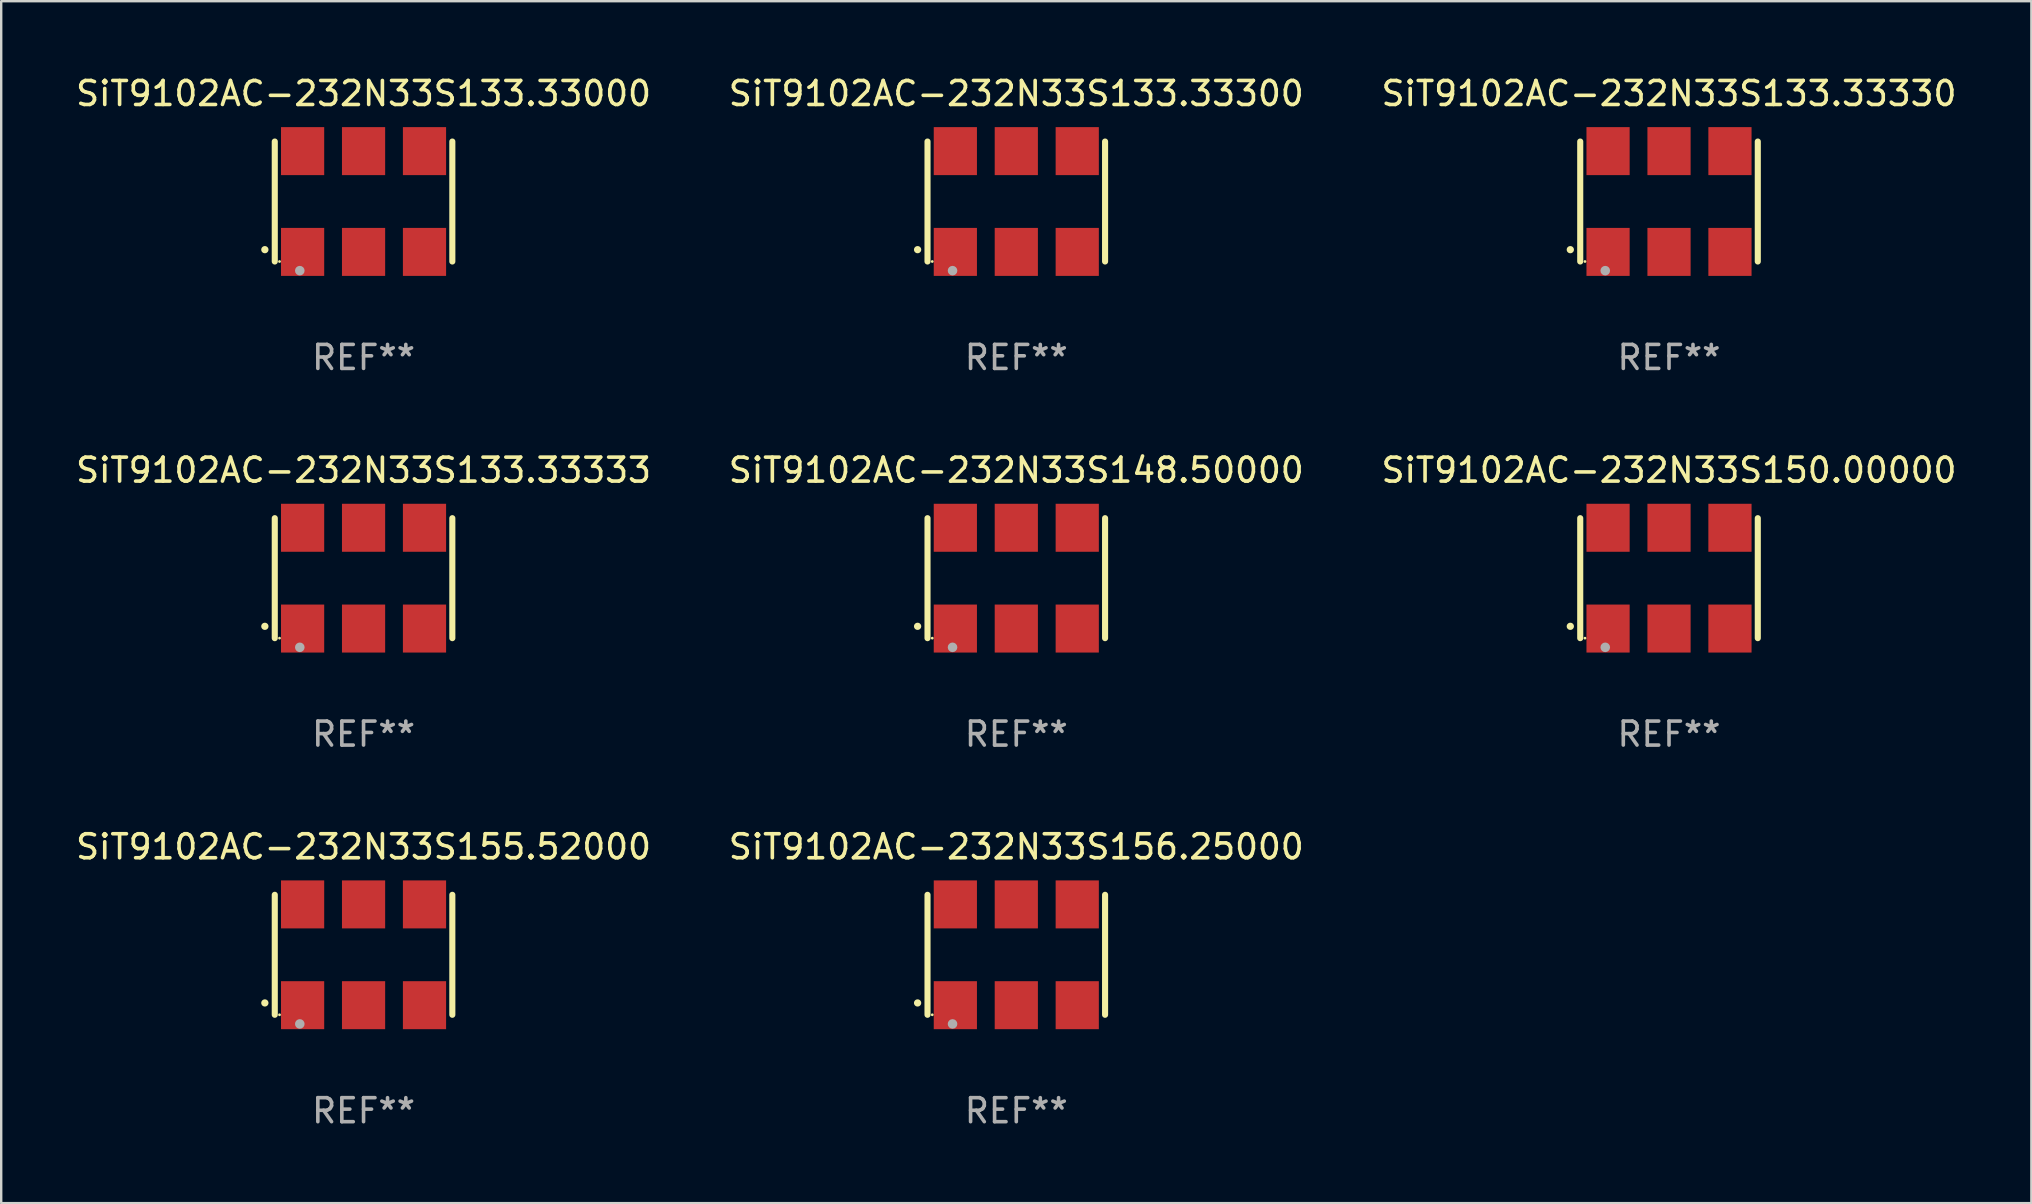
<source format=kicad_pcb>
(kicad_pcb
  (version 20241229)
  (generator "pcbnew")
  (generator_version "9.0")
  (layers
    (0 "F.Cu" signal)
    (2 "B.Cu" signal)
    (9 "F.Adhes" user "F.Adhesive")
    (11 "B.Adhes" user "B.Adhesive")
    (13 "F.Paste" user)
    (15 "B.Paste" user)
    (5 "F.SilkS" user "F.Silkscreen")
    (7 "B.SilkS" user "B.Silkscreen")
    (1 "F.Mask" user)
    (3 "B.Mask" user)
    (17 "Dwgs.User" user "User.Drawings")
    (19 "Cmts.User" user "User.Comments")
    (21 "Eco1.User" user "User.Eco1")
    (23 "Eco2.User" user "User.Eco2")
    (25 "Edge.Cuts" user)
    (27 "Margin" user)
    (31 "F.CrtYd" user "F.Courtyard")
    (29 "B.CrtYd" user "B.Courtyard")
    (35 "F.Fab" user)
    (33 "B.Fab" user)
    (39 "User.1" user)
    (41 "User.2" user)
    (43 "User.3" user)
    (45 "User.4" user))
  (footprint "SiT9102AC-232N33S156.25000"
    (layer "F.Cu")
    (at 39.304 36.741)
    (property "Reference" "SiT9102AC-232N33S156.25000" (at 0 -4.5 0) (layer "F.SilkS") (effects (font (size 1 1) (thickness 0.15))))
    (attr through_hole)
    (fp_line (start -3.7 -2.5) (end -3.7 2.5) (stroke (width 0.254) (type solid)) (layer "F.SilkS"))
    (fp_line (start 3.7 -2.5) (end 3.7 2.5) (stroke (width 0.254) (type solid)) (layer "F.SilkS"))
    (fp_arc (start -4.114415 2.006604) (mid -4.113145 2.006599) (end -4.111875 2.006604) (stroke (width 0.3) (type solid)) (layer "F.SilkS"))
    (fp_circle (center -3.502 2.5) (end -3.472 2.5) (stroke (width 0.06) (type solid)) (fill no) (layer "F.SilkS"))
    (fp_circle (center -2.657 2.882) (end -2.557 2.882) (stroke (width 0.2) (type solid)) (fill no) (layer "F.Fab"))
    (fp_text user "REF**" (at 0 6.5 0) (layer "F.Fab") (effects (font (size 1 1) (thickness 0.15))))
    (pad "1" smd rect (at -2.54 2.1) (size 1.8 2) (layers "F.Cu" "F.Mask" "F.Paste"))
    (pad "2" smd rect (at 0.000394 2.1) (size 1.8 2) (layers "F.Cu" "F.Mask" "F.Paste"))
    (pad "3" smd rect (at 2.54 2.1) (size 1.8 2) (layers "F.Cu" "F.Mask" "F.Paste"))
    (pad "4" smd rect (at 2.54 -2.1) (size 1.8 2) (layers "F.Cu" "F.Mask" "F.Paste"))
    (pad "5" smd rect (at 0.000394 -2.1) (size 1.8 2) (layers "F.Cu" "F.Mask" "F.Paste"))
    (pad "6" smd rect (at -2.54 -2.1) (size 1.8 2) (layers "F.Cu" "F.Mask" "F.Paste")))
  (footprint "SiT9102AC-232N33S155.52000"
    (layer "F.Cu")
    (at 12.101 36.741)
    (property "Reference" "SiT9102AC-232N33S155.52000" (at 0 -4.5 0) (layer "F.SilkS") (effects (font (size 1 1) (thickness 0.15))))
    (attr through_hole)
    (fp_line (start -3.7 -2.5) (end -3.7 2.5) (stroke (width 0.254) (type solid)) (layer "F.SilkS"))
    (fp_line (start 3.7 -2.5) (end 3.7 2.5) (stroke (width 0.254) (type solid)) (layer "F.SilkS"))
    (fp_arc (start -4.114415 2.006604) (mid -4.113145 2.006599) (end -4.111875 2.006604) (stroke (width 0.3) (type solid)) (layer "F.SilkS"))
    (fp_circle (center -3.502 2.5) (end -3.472 2.5) (stroke (width 0.06) (type solid)) (fill no) (layer "F.SilkS"))
    (fp_circle (center -2.657 2.882) (end -2.557 2.882) (stroke (width 0.2) (type solid)) (fill no) (layer "F.Fab"))
    (fp_text user "REF**" (at 0 6.5 0) (layer "F.Fab") (effects (font (size 1 1) (thickness 0.15))))
    (pad "1" smd rect (at -2.54 2.1) (size 1.8 2) (layers "F.Cu" "F.Mask" "F.Paste"))
    (pad "2" smd rect (at 0.000394 2.1) (size 1.8 2) (layers "F.Cu" "F.Mask" "F.Paste"))
    (pad "3" smd rect (at 2.54 2.1) (size 1.8 2) (layers "F.Cu" "F.Mask" "F.Paste"))
    (pad "4" smd rect (at 2.54 -2.1) (size 1.8 2) (layers "F.Cu" "F.Mask" "F.Paste"))
    (pad "5" smd rect (at 0.000394 -2.1) (size 1.8 2) (layers "F.Cu" "F.Mask" "F.Paste"))
    (pad "6" smd rect (at -2.54 -2.1) (size 1.8 2) (layers "F.Cu" "F.Mask" "F.Paste")))
  (footprint "SiT9102AC-232N33S133.33000"
    (layer "F.Cu")
    (at 12.101 5.348)
    (property "Reference" "SiT9102AC-232N33S133.33000" (at 0 -4.5 0) (layer "F.SilkS") (effects (font (size 1 1) (thickness 0.15))))
    (attr through_hole)
    (fp_line (start -3.7 -2.5) (end -3.7 2.5) (stroke (width 0.254) (type solid)) (layer "F.SilkS"))
    (fp_line (start 3.7 -2.5) (end 3.7 2.5) (stroke (width 0.254) (type solid)) (layer "F.SilkS"))
    (fp_arc (start -4.114415 2.006604) (mid -4.113145 2.006599) (end -4.111875 2.006604) (stroke (width 0.3) (type solid)) (layer "F.SilkS"))
    (fp_circle (center -3.502 2.5) (end -3.472 2.5) (stroke (width 0.06) (type solid)) (fill no) (layer "F.SilkS"))
    (fp_circle (center -2.657 2.882) (end -2.557 2.882) (stroke (width 0.2) (type solid)) (fill no) (layer "F.Fab"))
    (fp_text user "REF**" (at 0 6.5 0) (layer "F.Fab") (effects (font (size 1 1) (thickness 0.15))))
    (pad "1" smd rect (at -2.54 2.1) (size 1.8 2) (layers "F.Cu" "F.Mask" "F.Paste"))
    (pad "2" smd rect (at 0.000394 2.1) (size 1.8 2) (layers "F.Cu" "F.Mask" "F.Paste"))
    (pad "3" smd rect (at 2.54 2.1) (size 1.8 2) (layers "F.Cu" "F.Mask" "F.Paste"))
    (pad "4" smd rect (at 2.54 -2.1) (size 1.8 2) (layers "F.Cu" "F.Mask" "F.Paste"))
    (pad "5" smd rect (at 0.000394 -2.1) (size 1.8 2) (layers "F.Cu" "F.Mask" "F.Paste"))
    (pad "6" smd rect (at -2.54 -2.1) (size 1.8 2) (layers "F.Cu" "F.Mask" "F.Paste")))
  (footprint "SiT9102AC-232N33S148.50000"
    (layer "F.Cu")
    (at 39.304 21.045)
    (property "Reference" "SiT9102AC-232N33S148.50000" (at 0 -4.5 0) (layer "F.SilkS") (effects (font (size 1 1) (thickness 0.15))))
    (attr through_hole)
    (fp_line (start -3.7 -2.5) (end -3.7 2.5) (stroke (width 0.254) (type solid)) (layer "F.SilkS"))
    (fp_line (start 3.7 -2.5) (end 3.7 2.5) (stroke (width 0.254) (type solid)) (layer "F.SilkS"))
    (fp_arc (start -4.114415 2.006604) (mid -4.113145 2.006599) (end -4.111875 2.006604) (stroke (width 0.3) (type solid)) (layer "F.SilkS"))
    (fp_circle (center -3.502 2.5) (end -3.472 2.5) (stroke (width 0.06) (type solid)) (fill no) (layer "F.SilkS"))
    (fp_circle (center -2.657 2.882) (end -2.557 2.882) (stroke (width 0.2) (type solid)) (fill no) (layer "F.Fab"))
    (fp_text user "REF**" (at 0 6.5 0) (layer "F.Fab") (effects (font (size 1 1) (thickness 0.15))))
    (pad "1" smd rect (at -2.54 2.1) (size 1.8 2) (layers "F.Cu" "F.Mask" "F.Paste"))
    (pad "2" smd rect (at 0.000394 2.1) (size 1.8 2) (layers "F.Cu" "F.Mask" "F.Paste"))
    (pad "3" smd rect (at 2.54 2.1) (size 1.8 2) (layers "F.Cu" "F.Mask" "F.Paste"))
    (pad "4" smd rect (at 2.54 -2.1) (size 1.8 2) (layers "F.Cu" "F.Mask" "F.Paste"))
    (pad "5" smd rect (at 0.000394 -2.1) (size 1.8 2) (layers "F.Cu" "F.Mask" "F.Paste"))
    (pad "6" smd rect (at -2.54 -2.1) (size 1.8 2) (layers "F.Cu" "F.Mask" "F.Paste")))
  (footprint "SiT9102AC-232N33S133.33333"
    (layer "F.Cu")
    (at 12.101 21.045)
    (property "Reference" "SiT9102AC-232N33S133.33333" (at 0 -4.5 0) (layer "F.SilkS") (effects (font (size 1 1) (thickness 0.15))))
    (attr through_hole)
    (fp_line (start -3.7 -2.5) (end -3.7 2.5) (stroke (width 0.254) (type solid)) (layer "F.SilkS"))
    (fp_line (start 3.7 -2.5) (end 3.7 2.5) (stroke (width 0.254) (type solid)) (layer "F.SilkS"))
    (fp_arc (start -4.114415 2.006604) (mid -4.113145 2.006599) (end -4.111875 2.006604) (stroke (width 0.3) (type solid)) (layer "F.SilkS"))
    (fp_circle (center -3.502 2.5) (end -3.472 2.5) (stroke (width 0.06) (type solid)) (fill no) (layer "F.SilkS"))
    (fp_circle (center -2.657 2.882) (end -2.557 2.882) (stroke (width 0.2) (type solid)) (fill no) (layer "F.Fab"))
    (fp_text user "REF**" (at 0 6.5 0) (layer "F.Fab") (effects (font (size 1 1) (thickness 0.15))))
    (pad "1" smd rect (at -2.54 2.1) (size 1.8 2) (layers "F.Cu" "F.Mask" "F.Paste"))
    (pad "2" smd rect (at 0.000394 2.1) (size 1.8 2) (layers "F.Cu" "F.Mask" "F.Paste"))
    (pad "3" smd rect (at 2.54 2.1) (size 1.8 2) (layers "F.Cu" "F.Mask" "F.Paste"))
    (pad "4" smd rect (at 2.54 -2.1) (size 1.8 2) (layers "F.Cu" "F.Mask" "F.Paste"))
    (pad "5" smd rect (at 0.000394 -2.1) (size 1.8 2) (layers "F.Cu" "F.Mask" "F.Paste"))
    (pad "6" smd rect (at -2.54 -2.1) (size 1.8 2) (layers "F.Cu" "F.Mask" "F.Paste")))
  (footprint "SiT9102AC-232N33S133.33300"
    (layer "F.Cu")
    (at 39.304 5.348)
    (property "Reference" "SiT9102AC-232N33S133.33300" (at 0 -4.5 0) (layer "F.SilkS") (effects (font (size 1 1) (thickness 0.15))))
    (attr through_hole)
    (fp_line (start -3.7 -2.5) (end -3.7 2.5) (stroke (width 0.254) (type solid)) (layer "F.SilkS"))
    (fp_line (start 3.7 -2.5) (end 3.7 2.5) (stroke (width 0.254) (type solid)) (layer "F.SilkS"))
    (fp_arc (start -4.114415 2.006604) (mid -4.113145 2.006599) (end -4.111875 2.006604) (stroke (width 0.3) (type solid)) (layer "F.SilkS"))
    (fp_circle (center -3.502 2.5) (end -3.472 2.5) (stroke (width 0.06) (type solid)) (fill no) (layer "F.SilkS"))
    (fp_circle (center -2.657 2.882) (end -2.557 2.882) (stroke (width 0.2) (type solid)) (fill no) (layer "F.Fab"))
    (fp_text user "REF**" (at 0 6.5 0) (layer "F.Fab") (effects (font (size 1 1) (thickness 0.15))))
    (pad "1" smd rect (at -2.54 2.1) (size 1.8 2) (layers "F.Cu" "F.Mask" "F.Paste"))
    (pad "2" smd rect (at 0.000394 2.1) (size 1.8 2) (layers "F.Cu" "F.Mask" "F.Paste"))
    (pad "3" smd rect (at 2.54 2.1) (size 1.8 2) (layers "F.Cu" "F.Mask" "F.Paste"))
    (pad "4" smd rect (at 2.54 -2.1) (size 1.8 2) (layers "F.Cu" "F.Mask" "F.Paste"))
    (pad "5" smd rect (at 0.000394 -2.1) (size 1.8 2) (layers "F.Cu" "F.Mask" "F.Paste"))
    (pad "6" smd rect (at -2.54 -2.1) (size 1.8 2) (layers "F.Cu" "F.Mask" "F.Paste")))
  (footprint "SiT9102AC-232N33S150.00000"
    (layer "F.Cu")
    (at 66.506 21.045)
    (property "Reference" "SiT9102AC-232N33S150.00000" (at 0 -4.5 0) (layer "F.SilkS") (effects (font (size 1 1) (thickness 0.15))))
    (attr through_hole)
    (fp_line (start -3.7 -2.5) (end -3.7 2.5) (stroke (width 0.254) (type solid)) (layer "F.SilkS"))
    (fp_line (start 3.7 -2.5) (end 3.7 2.5) (stroke (width 0.254) (type solid)) (layer "F.SilkS"))
    (fp_arc (start -4.114415 2.006604) (mid -4.113145 2.006599) (end -4.111875 2.006604) (stroke (width 0.3) (type solid)) (layer "F.SilkS"))
    (fp_circle (center -3.502 2.5) (end -3.472 2.5) (stroke (width 0.06) (type solid)) (fill no) (layer "F.SilkS"))
    (fp_circle (center -2.657 2.882) (end -2.557 2.882) (stroke (width 0.2) (type solid)) (fill no) (layer "F.Fab"))
    (fp_text user "REF**" (at 0 6.5 0) (layer "F.Fab") (effects (font (size 1 1) (thickness 0.15))))
    (pad "1" smd rect (at -2.54 2.1) (size 1.8 2) (layers "F.Cu" "F.Mask" "F.Paste"))
    (pad "2" smd rect (at 0.000394 2.1) (size 1.8 2) (layers "F.Cu" "F.Mask" "F.Paste"))
    (pad "3" smd rect (at 2.54 2.1) (size 1.8 2) (layers "F.Cu" "F.Mask" "F.Paste"))
    (pad "4" smd rect (at 2.54 -2.1) (size 1.8 2) (layers "F.Cu" "F.Mask" "F.Paste"))
    (pad "5" smd rect (at 0.000394 -2.1) (size 1.8 2) (layers "F.Cu" "F.Mask" "F.Paste"))
    (pad "6" smd rect (at -2.54 -2.1) (size 1.8 2) (layers "F.Cu" "F.Mask" "F.Paste")))
  (footprint "SiT9102AC-232N33S133.33330"
    (layer "F.Cu")
    (at 66.506 5.348)
    (property "Reference" "SiT9102AC-232N33S133.33330" (at 0 -4.5 0) (layer "F.SilkS") (effects (font (size 1 1) (thickness 0.15))))
    (attr through_hole)
    (fp_line (start -3.7 -2.5) (end -3.7 2.5) (stroke (width 0.254) (type solid)) (layer "F.SilkS"))
    (fp_line (start 3.7 -2.5) (end 3.7 2.5) (stroke (width 0.254) (type solid)) (layer "F.SilkS"))
    (fp_arc (start -4.114415 2.006604) (mid -4.113145 2.006599) (end -4.111875 2.006604) (stroke (width 0.3) (type solid)) (layer "F.SilkS"))
    (fp_circle (center -3.502 2.5) (end -3.472 2.5) (stroke (width 0.06) (type solid)) (fill no) (layer "F.SilkS"))
    (fp_circle (center -2.657 2.882) (end -2.557 2.882) (stroke (width 0.2) (type solid)) (fill no) (layer "F.Fab"))
    (fp_text user "REF**" (at 0 6.5 0) (layer "F.Fab") (effects (font (size 1 1) (thickness 0.15))))
    (pad "1" smd rect (at -2.54 2.1) (size 1.8 2) (layers "F.Cu" "F.Mask" "F.Paste"))
    (pad "2" smd rect (at 0.000394 2.1) (size 1.8 2) (layers "F.Cu" "F.Mask" "F.Paste"))
    (pad "3" smd rect (at 2.54 2.1) (size 1.8 2) (layers "F.Cu" "F.Mask" "F.Paste"))
    (pad "4" smd rect (at 2.54 -2.1) (size 1.8 2) (layers "F.Cu" "F.Mask" "F.Paste"))
    (pad "5" smd rect (at 0.000394 -2.1) (size 1.8 2) (layers "F.Cu" "F.Mask" "F.Paste"))
    (pad "6" smd rect (at -2.54 -2.1) (size 1.8 2) (layers "F.Cu" "F.Mask" "F.Paste")))
  (gr_rect
    (start -3 -3)
    (end 81.607 47.09)
    (stroke (width 0.1) (type default))
    (fill no)
    (layer "Edge.Cuts")))
</source>
